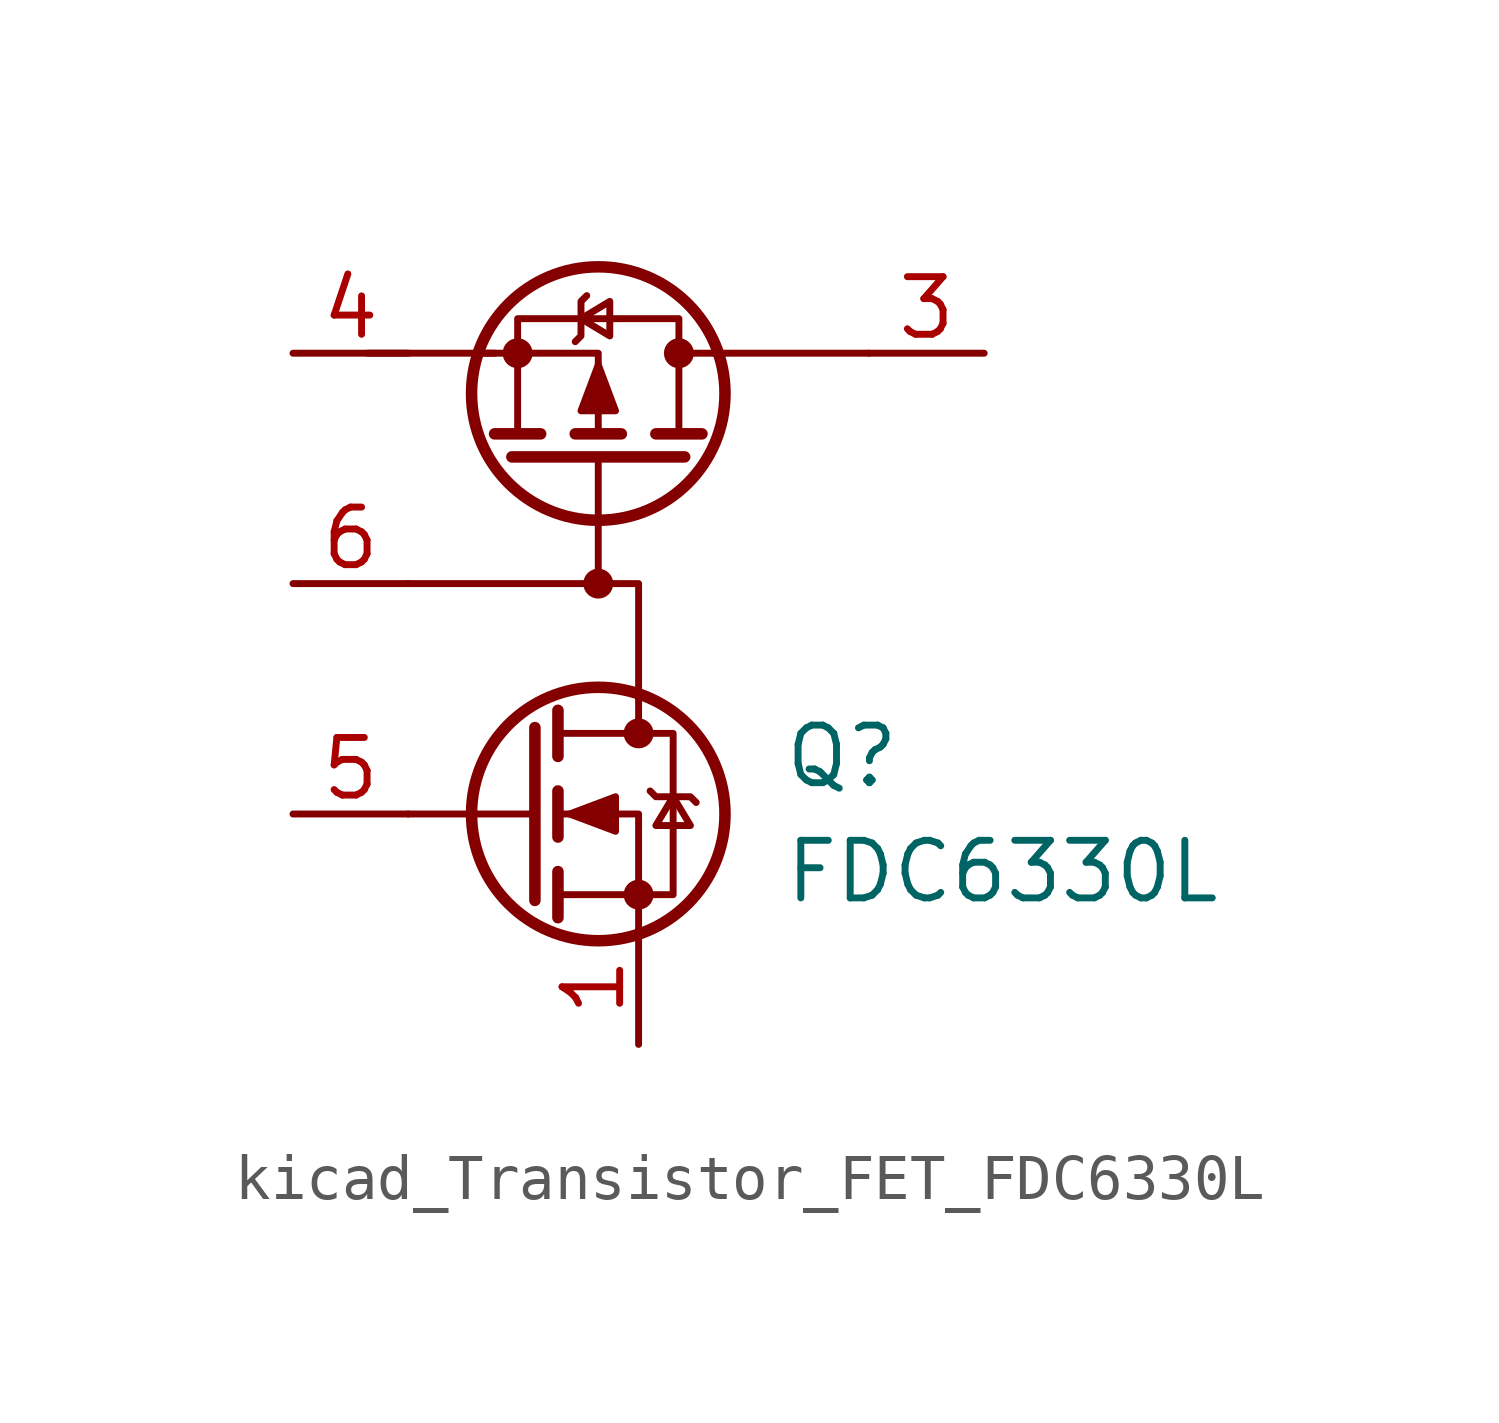
<source format=kicad_sym>
(kicad_symbol_lib
  (version 20220914)
  (generator kicad_symbol_editor)
  (symbol "kicad_Transistor_FET_FDC6330L"
    (pin_names hide)
    (property "Reference" "Q"
      (at 3.175 -1.27 0)
      (effects (font (size 1.27 1.27)) (justify left)))
    (property "Value" "FDC6330L"
      (at 3.175 -3.81 0)
      (effects (font (size 1.27 1.27)) (justify left)))
    (symbol "kicad_Transistor_FET_FDC6330L_0_1"
      (circle (center -0.889 -2.54) (radius 2.794) (stroke (width 0.254) (type default)) (fill (type none)))
      (circle (center 0 -4.318) (radius 0.254) (stroke (width 0) (type default)) (fill (type outline)))
      (circle (center 0 -0.762) (radius 0.254) (stroke (width 0) (type default)) (fill (type outline)))
      (polyline (pts (xy -2.286 -2.54) (xy -5.08 -2.54)) (stroke (width 0) (type default)) (fill (type none)))
      (polyline (pts (xy -2.286 -0.635) (xy -2.286 -4.445)) (stroke (width 0.254) (type default)) (fill (type none)))
      (polyline (pts (xy -1.778 -3.81) (xy -1.778 -4.826)) (stroke (width 0.254) (type default)) (fill (type none)))
      (polyline (pts (xy -1.778 -2.032) (xy -1.778 -3.048)) (stroke (width 0.254) (type default)) (fill (type none)))
      (polyline (pts (xy -1.778 -0.254) (xy -1.778 -1.27)) (stroke (width 0.254) (type default)) (fill (type none)))
      (polyline (pts (xy 0 0) (xy 0 -0.762)) (stroke (width 0) (type default)) (fill (type none)))
      (polyline (pts (xy 5.08 7.62) (xy 1.651 7.62)) (stroke (width 0) (type default)) (fill (type none)))
      (polyline (pts (xy -5.08 2.54) (xy 0 2.54) (xy 0 0)) (stroke (width 0) (type default)) (fill (type none)))
      (polyline (pts (xy 0 -5.08) (xy 0 -2.54) (xy -1.778 -2.54)) (stroke (width 0) (type default)) (fill (type none)))
      (polyline (pts (xy -1.778 -4.318) (xy 0.762 -4.318) (xy 0.762 -0.762) (xy -1.778 -0.762)) (stroke (width 0) (type default)) (fill (type none))))
    (symbol "kicad_Transistor_FET_FDC6330L_1_1"
      (circle (center -2.667 7.62) (radius 0.254) (stroke (width 0) (type default)) (fill (type outline)))
      (circle (center -0.889 2.54) (radius 0.254) (stroke (width 0) (type default)) (fill (type outline)))
      (circle (center -0.889 6.731) (radius 2.794) (stroke (width 0.254) (type default)) (fill (type none)))
      (polyline (pts (xy -3.175 7.62) (xy -5.969 7.62)) (stroke (width 0) (type default)) (fill (type none)))
      (polyline (pts (xy -2.159 5.842) (xy -3.175 5.842)) (stroke (width 0.254) (type default)) (fill (type none)))
      (polyline (pts (xy -0.889 5.334) (xy -0.889 2.54)) (stroke (width 0) (type default)) (fill (type none)))
      (polyline (pts (xy -0.381 5.842) (xy -1.397 5.842)) (stroke (width 0.254) (type default)) (fill (type none)))
      (polyline (pts (xy 1.016 5.334) (xy -2.794 5.334)) (stroke (width 0.254) (type default)) (fill (type none)))
      (polyline (pts (xy 1.397 5.842) (xy 0.381 5.842)) (stroke (width 0.254) (type default)) (fill (type none)))
      (polyline (pts (xy 1.651 7.62) (xy 0.889 7.62)) (stroke (width 0) (type default)) (fill (type none)))
      (polyline (pts (xy -3.429 7.62) (xy -0.889 7.62) (xy -0.889 5.842)) (stroke (width 0) (type default)) (fill (type none)))
      (polyline (pts (xy -2.667 5.842) (xy -2.667 8.382) (xy 0.889 8.382) (xy 0.889 5.842)) (stroke (width 0) (type default)) (fill (type none)))
      (polyline (pts (xy -1.524 -2.54) (xy -0.508 -2.159) (xy -0.508 -2.921) (xy -1.524 -2.54)) (stroke (width 0) (type default)) (fill (type outline)))
      (polyline (pts (xy -1.397 7.874) (xy -1.27 8.001) (xy -1.27 8.763) (xy -1.143 8.89)) (stroke (width 0) (type default)) (fill (type none)))
      (polyline (pts (xy -1.27 8.382) (xy -0.635 8.001) (xy -0.635 8.763) (xy -1.27 8.382)) (stroke (width 0) (type default)) (fill (type none)))
      (polyline (pts (xy -0.889 7.366) (xy -0.508 6.35) (xy -1.27 6.35) (xy -0.889 7.366)) (stroke (width 0) (type default)) (fill (type outline)))
      (polyline (pts (xy 0.254 -2.032) (xy 0.381 -2.159) (xy 1.143 -2.159) (xy 1.27 -2.286)) (stroke (width 0) (type default)) (fill (type none)))
      (polyline (pts (xy 0.762 -2.159) (xy 0.381 -2.794) (xy 1.143 -2.794) (xy 0.762 -2.159)) (stroke (width 0) (type default)) (fill (type none)))
      (circle (center 0.889 7.62) (radius 0.254) (stroke (width 0) (type default)) (fill (type outline)))
      (pin passive line (at 0 -7.62 90) (length 2.54) (name "S1" (effects (font (size 1.27 1.27)))) (number "1" (effects (font (size 1.27 1.27)))))
      (pin passive line (at 7.62 7.62 180) (length 2.54) hide (name "D2" (effects (font (size 1.27 1.27)))) (number "2" (effects (font (size 1.27 1.27)))))
      (pin passive line (at 7.62 7.62 180) (length 2.54) (name "D2" (effects (font (size 1.27 1.27)))) (number "3" (effects (font (size 1.27 1.27)))))
      (pin passive line (at -7.62 7.62 0) (length 2.54) (name "S2" (effects (font (size 1.27 1.27)))) (number "4" (effects (font (size 1.27 1.27)))))
      (pin passive line (at -7.62 -2.54 0) (length 2.54) (name "G1" (effects (font (size 1.27 1.27)))) (number "5" (effects (font (size 1.27 1.27)))))
      (pin passive line (at -7.62 2.54 0) (length 2.54) (name "D1" (effects (font (size 1.27 1.27)))) (number "6" (effects (font (size 1.27 1.27))))))))
</source>
